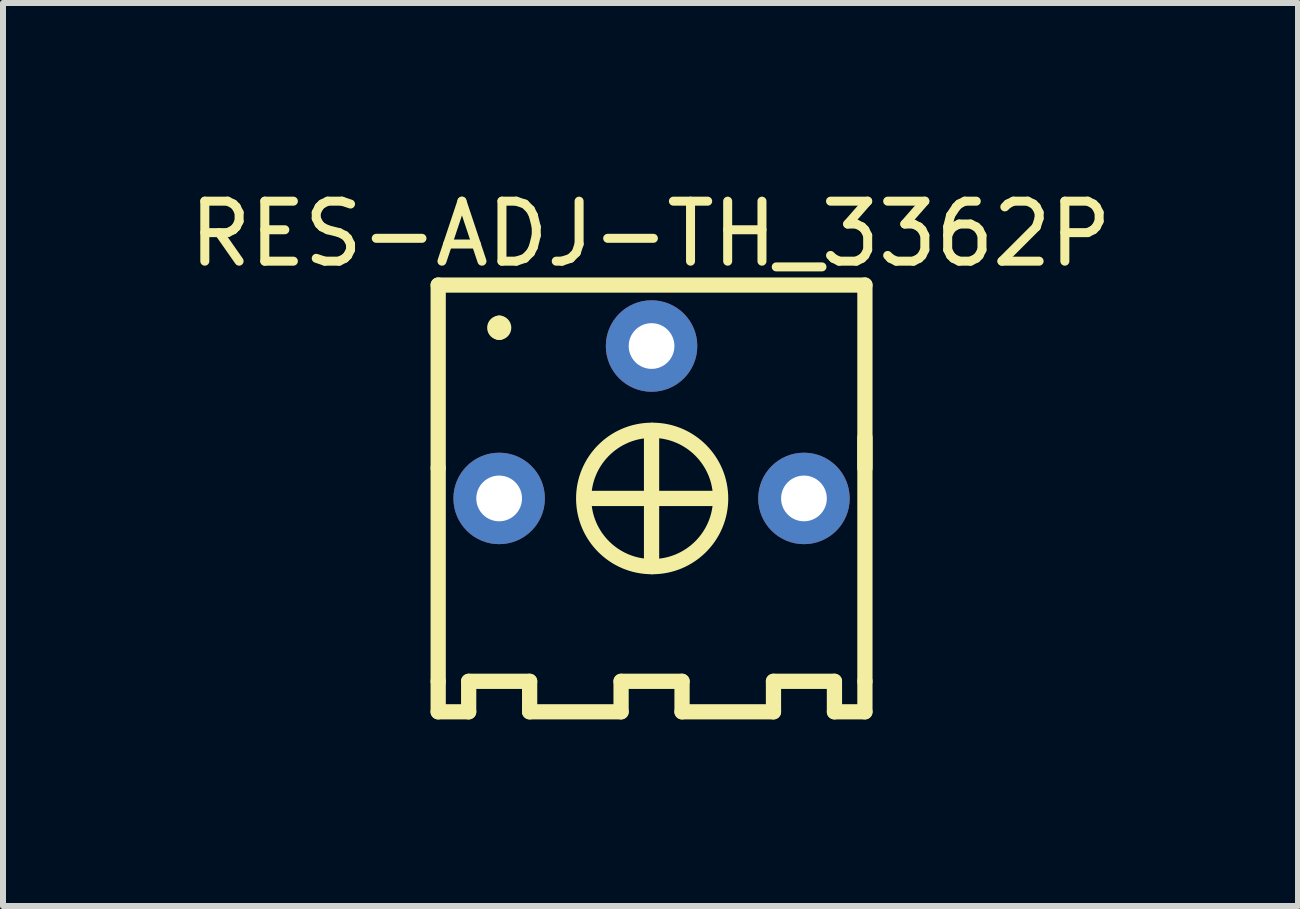
<source format=kicad_pcb>
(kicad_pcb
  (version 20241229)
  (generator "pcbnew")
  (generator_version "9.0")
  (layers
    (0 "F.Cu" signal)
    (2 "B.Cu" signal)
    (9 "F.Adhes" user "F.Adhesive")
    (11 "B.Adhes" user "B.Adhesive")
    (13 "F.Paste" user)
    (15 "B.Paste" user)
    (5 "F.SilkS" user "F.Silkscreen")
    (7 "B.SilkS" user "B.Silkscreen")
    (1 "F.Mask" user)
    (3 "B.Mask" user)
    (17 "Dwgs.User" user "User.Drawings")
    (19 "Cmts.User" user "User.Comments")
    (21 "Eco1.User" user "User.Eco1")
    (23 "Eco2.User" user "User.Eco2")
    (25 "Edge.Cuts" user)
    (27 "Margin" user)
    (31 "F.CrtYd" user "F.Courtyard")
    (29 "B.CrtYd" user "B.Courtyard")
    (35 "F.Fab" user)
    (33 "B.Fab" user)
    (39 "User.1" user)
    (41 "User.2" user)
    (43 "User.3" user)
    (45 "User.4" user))
  (footprint "RES-ADJ-TH_3362P"
    (layer "F.Cu")
    (at 7.809 3.987)
    (property "Reference" "RES-ADJ-TH_3362P" (at -0.017 -3.139 0) (layer "F.SilkS") (effects (font (size 1 1) (thickness 0.15))))
    (fp_line (start -3.556 -2.286) (end 3.556 -2.286) (stroke (width 0.254) (type default)) (layer "F.SilkS"))
    (fp_line (start -3.556 0.762) (end -3.556 -2.286) (stroke (width 0.254) (type default)) (layer "F.SilkS"))
    (fp_line (start -3.556 4.318) (end -3.556 0.762) (stroke (width 0.254) (type default)) (layer "F.SilkS"))
    (fp_line (start -3.556 4.826) (end -3.556 4.318) (stroke (width 0.254) (type default)) (layer "F.SilkS"))
    (fp_line (start -3.048 4.318) (end -3.048 4.826) (stroke (width 0.254) (type default)) (layer "F.SilkS"))
    (fp_line (start -3.048 4.826) (end -3.556 4.826) (stroke (width 0.254) (type default)) (layer "F.SilkS"))
    (fp_line (start -2.032 4.318) (end -3.048 4.318) (stroke (width 0.254) (type default)) (layer "F.SilkS"))
    (fp_line (start -2.032 4.826) (end -2.032 4.318) (stroke (width 0.254) (type default)) (layer "F.SilkS"))
    (fp_line (start -0.508 4.318) (end -0.508 4.826) (stroke (width 0.254) (type default)) (layer "F.SilkS"))
    (fp_line (start -0.508 4.826) (end -2.032 4.826) (stroke (width 0.254) (type default)) (layer "F.SilkS"))
    (fp_line (start 0 2.286) (end 0 0.254) (stroke (width 0.254) (type default)) (layer "F.SilkS"))
    (fp_line (start 0.508 4.318) (end -0.508 4.318) (stroke (width 0.254) (type default)) (layer "F.SilkS"))
    (fp_line (start 0.508 4.826) (end 0.508 4.318) (stroke (width 0.254) (type default)) (layer "F.SilkS"))
    (fp_line (start 1.016 1.27) (end -1.016 1.27) (stroke (width 0.254) (type default)) (layer "F.SilkS"))
    (fp_line (start 2.032 4.318) (end 2.032 4.826) (stroke (width 0.254) (type default)) (layer "F.SilkS"))
    (fp_line (start 2.032 4.826) (end 0.508 4.826) (stroke (width 0.254) (type default)) (layer "F.SilkS"))
    (fp_line (start 3.048 4.318) (end 2.032 4.318) (stroke (width 0.254) (type default)) (layer "F.SilkS"))
    (fp_line (start 3.048 4.826) (end 3.048 4.318) (stroke (width 0.254) (type default)) (layer "F.SilkS"))
    (fp_line (start 3.556 -2.286) (end 3.556 0.762) (stroke (width 0.254) (type default)) (layer "F.SilkS"))
    (fp_line (start 3.556 0.254) (end 3.556 4.318) (stroke (width 0.254) (type default)) (layer "F.SilkS"))
    (fp_line (start 3.556 4.318) (end 3.556 4.826) (stroke (width 0.254) (type default)) (layer "F.SilkS"))
    (fp_line (start 3.556 4.826) (end 3.048 4.826) (stroke (width 0.254) (type default)) (layer "F.SilkS"))
    (fp_arc (start -2.5385 -1.4985) (mid -2.614996 -1.574245) (end -2.54 -1.651) (stroke (width 0.254) (type default)) (layer "F.SilkS"))
    (fp_arc (start -2.5375 -1.651) (mid -2.462495 -1.5745) (end -2.5385 -1.4985) (stroke (width 0.254) (type default)) (layer "F.SilkS"))
    (fp_arc (start 0.01 2.4065) (mid -1.125989 1.2755) (end 0 0.1345) (stroke (width 0.254) (type default)) (layer "F.SilkS"))
    (fp_arc (start 0.0205 0.1345) (mid 1.146036 1.27575) (end 0.01 2.4065) (stroke (width 0.254) (type default)) (layer "F.SilkS"))
    (fp_poly (pts (xy -2.259 1.27) (xy -2.276 1.174) (xy -2.325 1.089) (xy -2.4 1.027) (xy -2.491 0.993) (xy -2.589 0.993) (xy -2.68 1.027) (xy -2.755 1.089) (xy -2.804 1.174) (xy -2.821 1.27) (xy -2.804 1.366) (xy -2.755 1.451) (xy -2.68 1.513) (xy -2.589 1.547) (xy -2.491 1.547) (xy -2.4 1.513) (xy -2.325 1.451) (xy -2.276 1.366)) (stroke (width 0.1) (type default)) (fill no) (layer "User.1"))
    (fp_poly (pts (xy 0.281 -1.27) (xy 0.264 -1.366) (xy 0.215 -1.451) (xy 0.141 -1.513) (xy 0.049 -1.547) (xy -0.049 -1.547) (xy -0.141 -1.513) (xy -0.215 -1.451) (xy -0.264 -1.366) (xy -0.281 -1.27) (xy -0.264 -1.174) (xy -0.215 -1.089) (xy -0.141 -1.027) (xy -0.049 -0.993) (xy 0.049 -0.993) (xy 0.141 -1.027) (xy 0.215 -1.089) (xy 0.264 -1.174)) (stroke (width 0.1) (type default)) (fill no) (layer "User.1"))
    (fp_poly (pts (xy 2.821 1.27) (xy 2.804 1.174) (xy 2.755 1.089) (xy 2.68 1.027) (xy 2.589 0.993) (xy 2.491 0.993) (xy 2.4 1.027) (xy 2.325 1.089) (xy 2.276 1.174) (xy 2.259 1.27) (xy 2.276 1.366) (xy 2.325 1.451) (xy 2.4 1.513) (xy 2.491 1.547) (xy 2.589 1.547) (xy 2.68 1.513) (xy 2.755 1.451) (xy 2.804 1.366)) (stroke (width 0.1) (type default)) (fill no) (layer "User.1"))
    (fp_line (start -3.683 -2.413) (end 3.683 -2.413) (stroke (width 0.051) (type default)) (layer "User.2"))
    (fp_line (start -3.683 4.953) (end -3.683 -2.413) (stroke (width 0.051) (type default)) (layer "User.2"))
    (fp_line (start 3.683 -2.413) (end 3.683 4.953) (stroke (width 0.051) (type default)) (layer "User.2"))
    (fp_line (start 3.683 4.953) (end -3.683 4.953) (stroke (width 0.051) (type default)) (layer "User.2"))
    (fp_poly (pts (xy -3.623 4.953) (xy -3.641 4.911) (xy -3.683 4.893) (xy -3.725 4.911) (xy -3.743 4.953) (xy -3.725 4.995) (xy -3.683 5.013) (xy -3.641 4.995)) (stroke (width 0.1) (type default)) (fill no) (layer "User.3"))
    (pad "1" thru_hole circle (at -2.54 1.27) (size 1.524 1.524) (drill 0.762) (layers "*.Cu" "*.Mask"))
    (pad "2" thru_hole circle (at 0 -1.27) (size 1.524 1.524) (drill 0.762) (layers "*.Cu" "*.Mask"))
    (pad "3" thru_hole circle (at 2.54 1.27) (size 1.524 1.524) (drill 0.762) (layers "*.Cu" "*.Mask")))
  (gr_rect
    (start -3 -3)
    (end 18.583 12.05)
    (stroke (width 0.1) (type default))
    (fill no)
    (layer "Edge.Cuts")))
</source>
